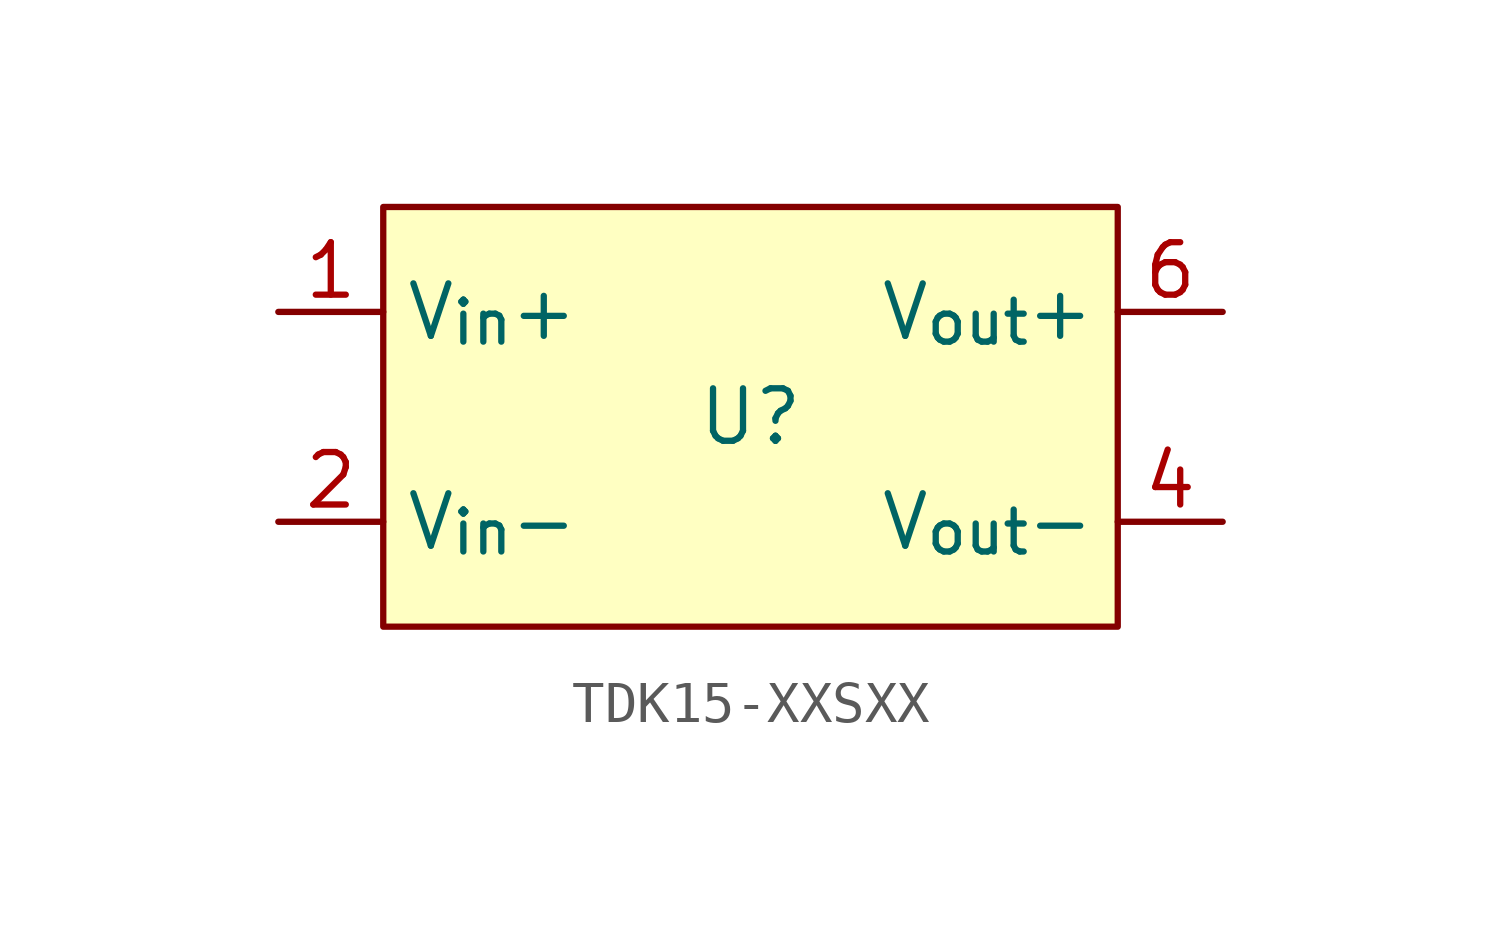
<source format=kicad_sym>
(kicad_symbol_lib
  (version 20231120)
  (generator "kicad_symbol_editor")
  (generator_version "8.0")
  (symbol "TDK15-XXSXX"
    (property "Reference" "U"
      (at 0 0 0)
      (effects (font (size 1.27 1.27))))
    (property "Value" ""
      (at 0 0 0)
      (effects (font (size 1.27 1.27))))
    (symbol "TDK15-XXSXX_1_1"
      (rectangle (start -8.89 5.08) (end 8.89 -5.08) (stroke (width 0) (type default)) (fill (type background)))
      (pin power_in line (at -11.43 2.54 0) (length 2.54) (name "V_{in}+" (effects (font (size 1.27 1.27)))) (number "1" (effects (font (size 1.27 1.27)))))
      (pin power_in line (at -11.43 -2.54 0) (length 2.54) (name "V_{in}-" (effects (font (size 1.27 1.27)))) (number "2" (effects (font (size 1.27 1.27)))))
      (pin no_connect line (at -11.43 0 0) (length 2.54) hide (name "CTRL" (effects (font (size 1.27 1.27)))) (number "3" (effects (font (size 1.27 1.27)))))
      (pin power_out line (at 11.43 -2.54 180) (length 2.54) (name "V_{out}-" (effects (font (size 1.27 1.27)))) (number "4" (effects (font (size 1.27 1.27)))))
      (pin no_connect line (at 11.43 0 180) (length 2.54) hide (name "NP" (effects (font (size 1.27 1.27)))) (number "5" (effects (font (size 1.27 1.27)))))
      (pin power_out line (at 11.43 2.54 180) (length 2.54) (name "V_{out}+" (effects (font (size 1.27 1.27)))) (number "6" (effects (font (size 1.27 1.27))))))))
</source>
